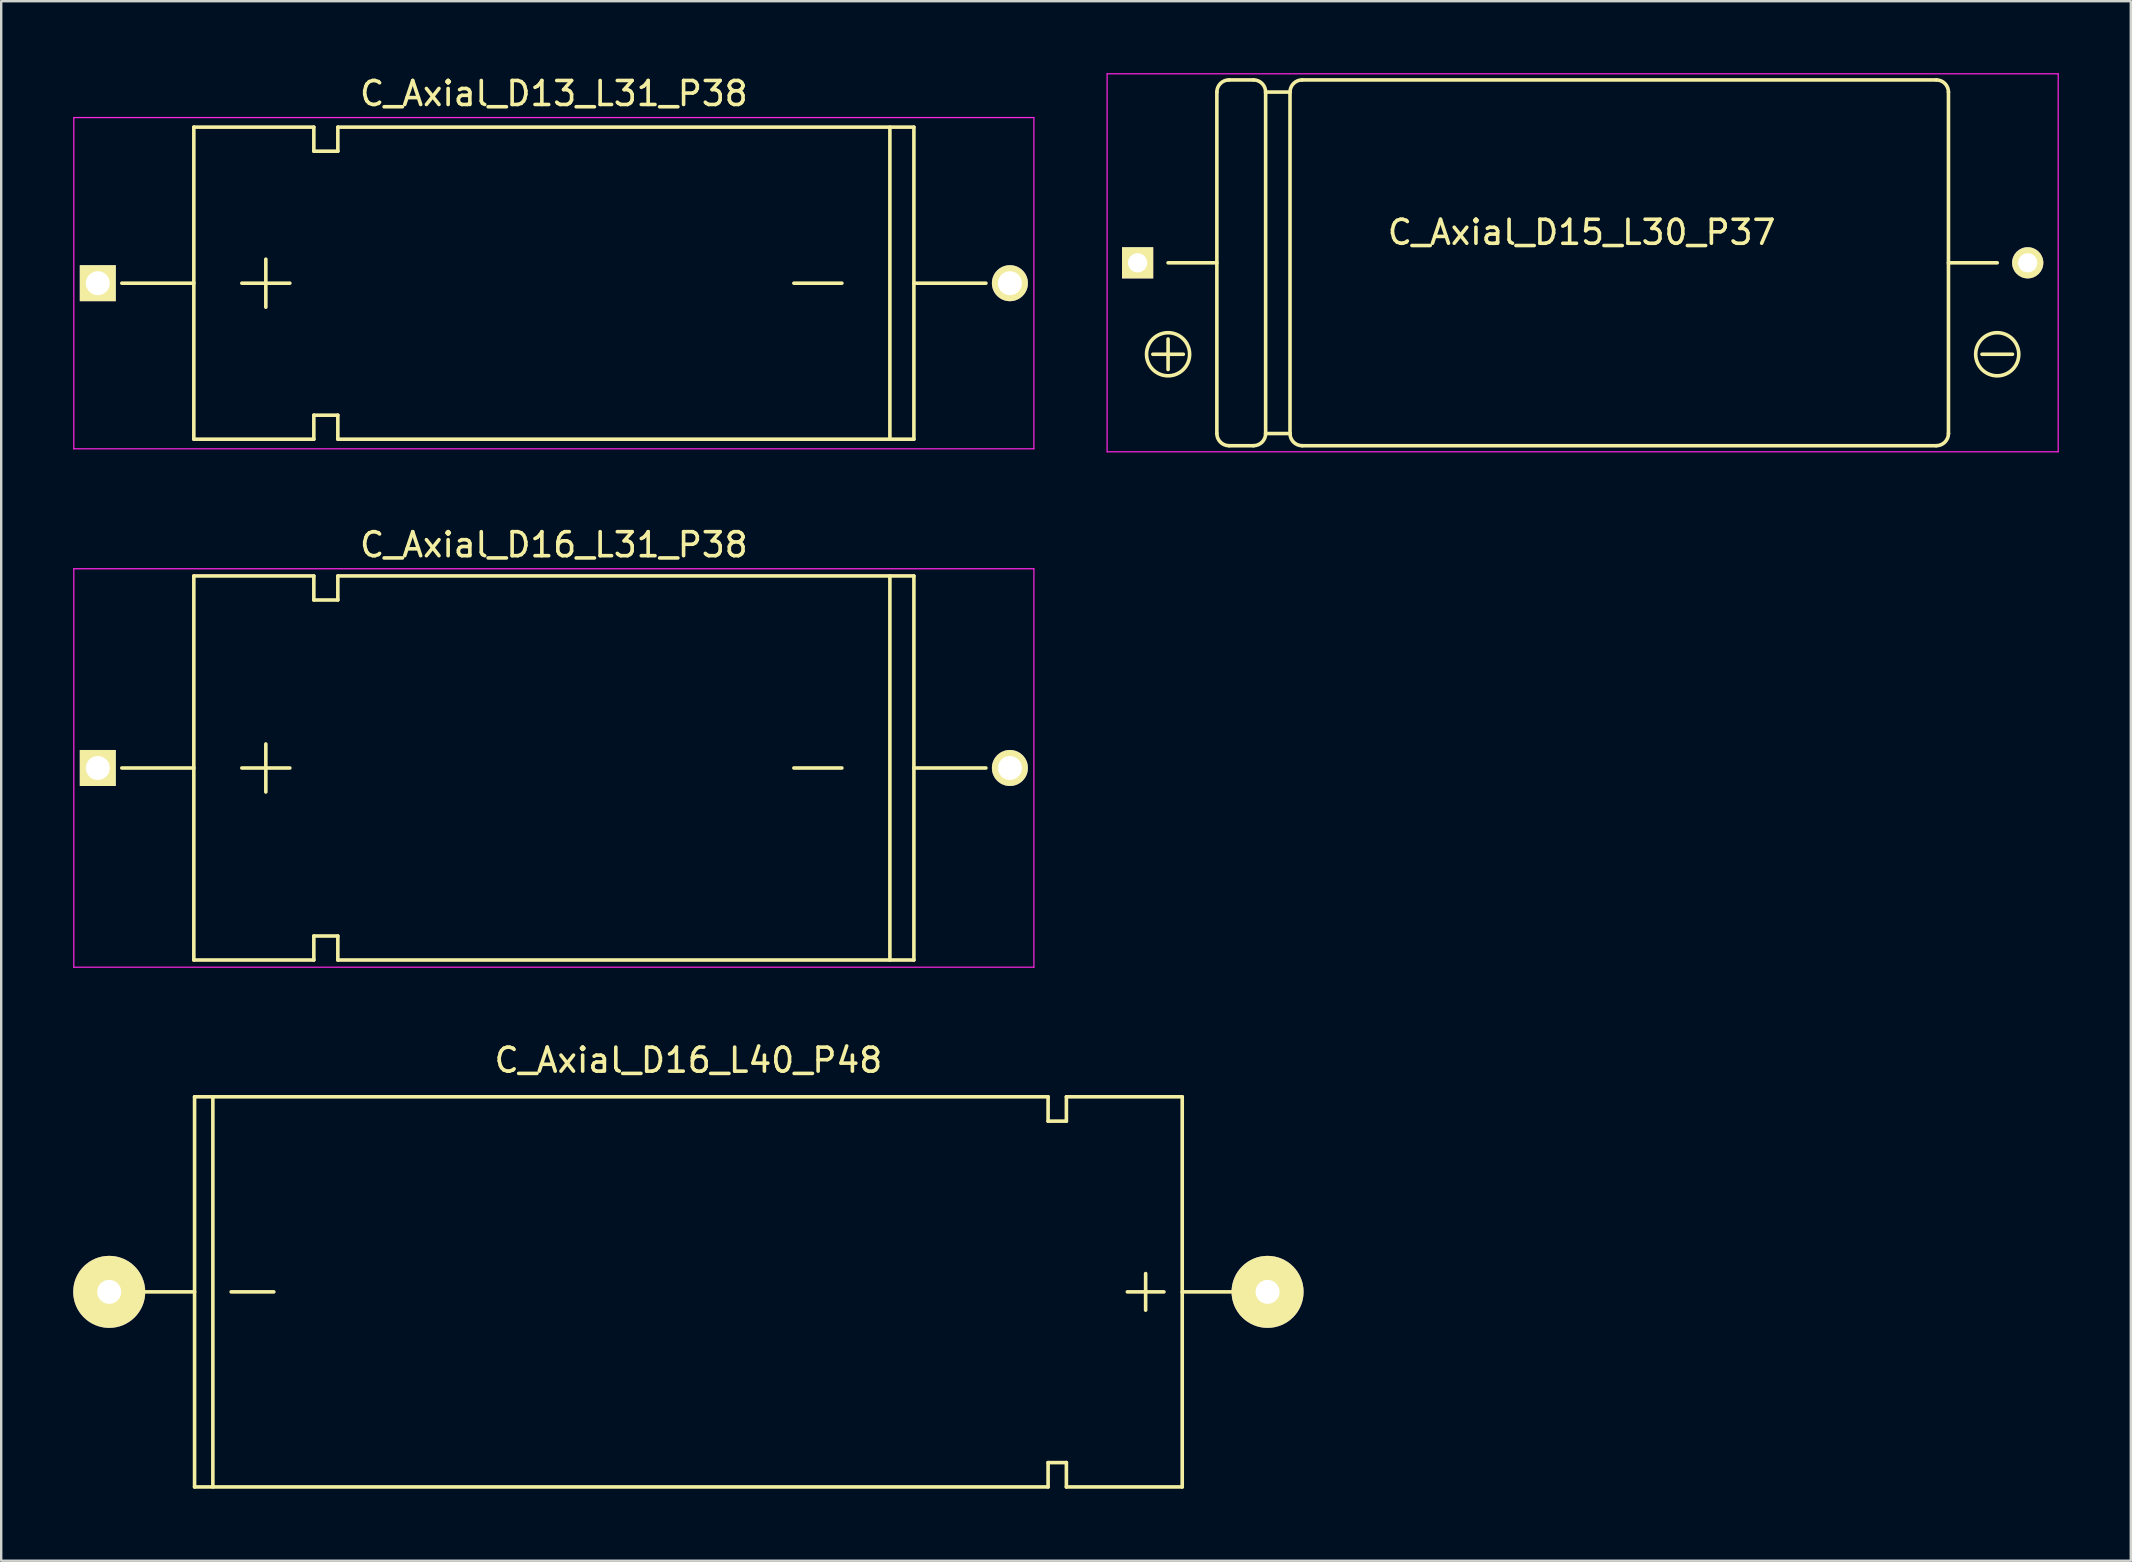
<source format=kicad_pcb>
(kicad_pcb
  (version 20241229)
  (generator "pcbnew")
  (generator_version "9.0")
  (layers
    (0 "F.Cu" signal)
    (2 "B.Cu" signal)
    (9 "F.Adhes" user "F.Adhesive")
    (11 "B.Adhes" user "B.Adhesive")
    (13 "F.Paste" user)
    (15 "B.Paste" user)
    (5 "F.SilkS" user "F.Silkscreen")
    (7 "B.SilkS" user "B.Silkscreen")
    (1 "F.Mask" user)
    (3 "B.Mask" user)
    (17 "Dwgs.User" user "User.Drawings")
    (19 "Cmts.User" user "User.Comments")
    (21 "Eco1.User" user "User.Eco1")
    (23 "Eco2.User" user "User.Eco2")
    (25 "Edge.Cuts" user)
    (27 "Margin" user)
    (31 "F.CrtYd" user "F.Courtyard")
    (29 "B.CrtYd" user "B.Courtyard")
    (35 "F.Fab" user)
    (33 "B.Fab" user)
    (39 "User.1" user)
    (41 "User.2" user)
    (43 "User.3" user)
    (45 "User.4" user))
  (footprint "C_Axial_D16_L31_P38"
    (layer "F.Cu")
    (at 1.025 28.946)
    (property "Reference" "C_Axial_D16_L31_P38" (at 19 -9.3 0) (layer "F.SilkS") (effects (font (size 1 1) (thickness 0.15))))
    (attr through_hole)
    (fp_line (start 4 0) (end 1 0) (stroke (width 0.15) (type solid)) (layer "F.SilkS"))
    (fp_line (start 4 8) (end 4 -8) (stroke (width 0.15) (type solid)) (layer "F.SilkS"))
    (fp_line (start 6 0) (end 8 0) (stroke (width 0.15) (type solid)) (layer "F.SilkS"))
    (fp_line (start 7 1) (end 7 -1) (stroke (width 0.15) (type solid)) (layer "F.SilkS"))
    (fp_line (start 9 -8) (end 4 -8) (stroke (width 0.15) (type solid)) (layer "F.SilkS"))
    (fp_line (start 9 -8) (end 9 -7) (stroke (width 0.15) (type solid)) (layer "F.SilkS"))
    (fp_line (start 9 -7) (end 10 -7) (stroke (width 0.15) (type solid)) (layer "F.SilkS"))
    (fp_line (start 9 7) (end 9 8) (stroke (width 0.15) (type solid)) (layer "F.SilkS"))
    (fp_line (start 9 8) (end 4 8) (stroke (width 0.15) (type solid)) (layer "F.SilkS"))
    (fp_line (start 10 -7) (end 10 -8) (stroke (width 0.15) (type solid)) (layer "F.SilkS"))
    (fp_line (start 10 7) (end 9 7) (stroke (width 0.15) (type solid)) (layer "F.SilkS"))
    (fp_line (start 10 8) (end 10 7) (stroke (width 0.15) (type solid)) (layer "F.SilkS"))
    (fp_line (start 10 8) (end 34 8) (stroke (width 0.15) (type solid)) (layer "F.SilkS"))
    (fp_line (start 29 0) (end 31 0) (stroke (width 0.15) (type solid)) (layer "F.SilkS"))
    (fp_line (start 33 -8) (end 33 8) (stroke (width 0.15) (type solid)) (layer "F.SilkS"))
    (fp_line (start 34 -8) (end 10 -8) (stroke (width 0.15) (type solid)) (layer "F.SilkS"))
    (fp_line (start 34 8) (end 34 -8) (stroke (width 0.15) (type solid)) (layer "F.SilkS"))
    (fp_line (start 37 0) (end 34 0) (stroke (width 0.15) (type solid)) (layer "F.SilkS"))
    (fp_line (start -1 -8.3) (end 39 -8.3) (stroke (width 0.05) (type solid)) (layer "F.CrtYd"))
    (fp_line (start -1 8.3) (end -1 -8.3) (stroke (width 0.05) (type solid)) (layer "F.CrtYd"))
    (fp_line (start 39 -8.3) (end 39 8.3) (stroke (width 0.05) (type solid)) (layer "F.CrtYd"))
    (fp_line (start 39 8.3) (end -1 8.3) (stroke (width 0.05) (type solid)) (layer "F.CrtYd"))
    (pad "1" thru_hole rect (at 0 0) (size 1.5 1.5) (drill 1) (layers "*.Cu" "*.Mask" "F.SilkS"))
    (pad "2" thru_hole circle (at 38 0) (size 1.5 1.5) (drill 1) (layers "*.Cu" "*.Mask" "F.SilkS")))
  (footprint "C_Axial_D16_L40_P48"
    (layer "F.Cu")
    (at 25.63 50.772)
    (property "Reference" "C_Axial_D16_L40_P48" (at 0 -9.652 0) (layer "F.SilkS") (effects (font (size 1 1) (thickness 0.15))))
    (attr through_hole)
    (fp_line (start -20.574 0) (end -24.13 0) (stroke (width 0.15) (type solid)) (layer "F.SilkS"))
    (fp_line (start -20.574 8.128) (end -20.574 -8.128) (stroke (width 0.15) (type solid)) (layer "F.SilkS"))
    (fp_line (start -19.812 -8.128) (end -19.812 8.128) (stroke (width 0.15) (type solid)) (layer "F.SilkS"))
    (fp_line (start -19.05 0) (end -17.272 0) (stroke (width 0.15) (type solid)) (layer "F.SilkS"))
    (fp_line (start 14.986 -8.128) (end -20.574 -8.128) (stroke (width 0.15) (type solid)) (layer "F.SilkS"))
    (fp_line (start 14.986 -8.128) (end 14.986 -7.112) (stroke (width 0.15) (type solid)) (layer "F.SilkS"))
    (fp_line (start 14.986 -7.112) (end 15.748 -7.112) (stroke (width 0.15) (type solid)) (layer "F.SilkS"))
    (fp_line (start 14.986 7.112) (end 14.986 8.128) (stroke (width 0.15) (type solid)) (layer "F.SilkS"))
    (fp_line (start 14.986 8.128) (end -20.574 8.128) (stroke (width 0.15) (type solid)) (layer "F.SilkS"))
    (fp_line (start 15.748 -7.112) (end 15.748 -8.128) (stroke (width 0.15) (type solid)) (layer "F.SilkS"))
    (fp_line (start 15.748 7.112) (end 14.986 7.112) (stroke (width 0.15) (type solid)) (layer "F.SilkS"))
    (fp_line (start 15.748 8.128) (end 15.748 7.112) (stroke (width 0.15) (type solid)) (layer "F.SilkS"))
    (fp_line (start 19.05 0.762) (end 19.05 -0.762) (stroke (width 0.15) (type solid)) (layer "F.SilkS"))
    (fp_line (start 19.812 0) (end 18.288 0) (stroke (width 0.15) (type solid)) (layer "F.SilkS"))
    (fp_line (start 20.574 -8.128) (end 15.748 -8.128) (stroke (width 0.15) (type solid)) (layer "F.SilkS"))
    (fp_line (start 20.574 0) (end 24.13 0) (stroke (width 0.15) (type solid)) (layer "F.SilkS"))
    (fp_line (start 20.574 8.128) (end 15.748 8.128) (stroke (width 0.15) (type solid)) (layer "F.SilkS"))
    (fp_line (start 20.574 8.128) (end 20.574 -8.128) (stroke (width 0.15) (type solid)) (layer "F.SilkS"))
    (pad "1" thru_hole circle (at 24.13 0) (size 3 3) (drill 1.001) (layers "*.Cu" "*.Mask" "F.SilkS"))
    (pad "2" thru_hole circle (at -24.13 0) (size 3 3) (drill 1.001) (layers "*.Cu" "*.Mask" "F.SilkS")))
  (footprint "C_Axial_D13_L31_P38"
    (layer "F.Cu")
    (at 1.025 8.748)
    (property "Reference" "C_Axial_D13_L31_P38" (at 19 -7.9 0) (layer "F.SilkS") (effects (font (size 1 1) (thickness 0.15))))
    (attr through_hole)
    (fp_line (start 4 0) (end 1 0) (stroke (width 0.15) (type solid)) (layer "F.SilkS"))
    (fp_line (start 4 6.5) (end 4 -6.5) (stroke (width 0.15) (type solid)) (layer "F.SilkS"))
    (fp_line (start 6 0) (end 8 0) (stroke (width 0.15) (type solid)) (layer "F.SilkS"))
    (fp_line (start 7 1) (end 7 -1) (stroke (width 0.15) (type solid)) (layer "F.SilkS"))
    (fp_line (start 9 -6.5) (end 4 -6.5) (stroke (width 0.15) (type solid)) (layer "F.SilkS"))
    (fp_line (start 9 -6.5) (end 9 -5.5) (stroke (width 0.15) (type solid)) (layer "F.SilkS"))
    (fp_line (start 9 -5.5) (end 10 -5.5) (stroke (width 0.15) (type solid)) (layer "F.SilkS"))
    (fp_line (start 9 5.5) (end 9 6.5) (stroke (width 0.15) (type solid)) (layer "F.SilkS"))
    (fp_line (start 9 6.5) (end 4 6.5) (stroke (width 0.15) (type solid)) (layer "F.SilkS"))
    (fp_line (start 10 -5.5) (end 10 -6.5) (stroke (width 0.15) (type solid)) (layer "F.SilkS"))
    (fp_line (start 10 5.5) (end 9 5.5) (stroke (width 0.15) (type solid)) (layer "F.SilkS"))
    (fp_line (start 10 6.5) (end 10 5.5) (stroke (width 0.15) (type solid)) (layer "F.SilkS"))
    (fp_line (start 10 6.5) (end 34 6.5) (stroke (width 0.15) (type solid)) (layer "F.SilkS"))
    (fp_line (start 29 0) (end 31 0) (stroke (width 0.15) (type solid)) (layer "F.SilkS"))
    (fp_line (start 33 -6.5) (end 33 6.5) (stroke (width 0.15) (type solid)) (layer "F.SilkS"))
    (fp_line (start 34 -6.5) (end 10 -6.5) (stroke (width 0.15) (type solid)) (layer "F.SilkS"))
    (fp_line (start 34 6.5) (end 34 -6.5) (stroke (width 0.15) (type solid)) (layer "F.SilkS"))
    (fp_line (start 37 0) (end 34 0) (stroke (width 0.15) (type solid)) (layer "F.SilkS"))
    (fp_line (start -1 -6.9) (end 39 -6.9) (stroke (width 0.05) (type solid)) (layer "F.CrtYd"))
    (fp_line (start -1 6.9) (end -1 -6.9) (stroke (width 0.05) (type solid)) (layer "F.CrtYd"))
    (fp_line (start 39 -6.9) (end 39 6.9) (stroke (width 0.05) (type solid)) (layer "F.CrtYd"))
    (fp_line (start 39 6.9) (end -1 6.9) (stroke (width 0.05) (type solid)) (layer "F.CrtYd"))
    (pad "1" thru_hole rect (at 0 0) (size 1.5 1.5) (drill 1) (layers "*.Cu" "*.Mask" "F.SilkS"))
    (pad "2" thru_hole circle (at 38 0) (size 1.5 1.5) (drill 1) (layers "*.Cu" "*.Mask" "F.SilkS")))
  (footprint "C_Axial_D15_L30_P37"
    (layer "F.Cu")
    (at 44.345 7.899)
    (property "Reference" "C_Axial_D15_L30_P37" (at 18.5 -1.27 0) (layer "F.SilkS") (effects (font (size 1 1) (thickness 0.15))))
    (attr through_hole)
    (fp_line (start 0.635 3.81) (end 1.905 3.81) (stroke (width 0.15) (type solid)) (layer "F.SilkS"))
    (fp_line (start 1.27 0) (end 3.302 0) (stroke (width 0.15) (type solid)) (layer "F.SilkS"))
    (fp_line (start 1.27 3.175) (end 1.27 4.445) (stroke (width 0.15) (type solid)) (layer "F.SilkS"))
    (fp_line (start 3.302 -7.112) (end 3.302 7.112) (stroke (width 0.15) (type solid)) (layer "F.SilkS"))
    (fp_line (start 3.81 -7.62) (end 4.826 -7.62) (stroke (width 0.15) (type solid)) (layer "F.SilkS"))
    (fp_line (start 4.826 7.62) (end 3.81 7.62) (stroke (width 0.15) (type solid)) (layer "F.SilkS"))
    (fp_line (start 5.334 -7.112) (end 5.334 7.112) (stroke (width 0.15) (type solid)) (layer "F.SilkS"))
    (fp_line (start 5.334 -7.112) (end 6.35 -7.112) (stroke (width 0.15) (type solid)) (layer "F.SilkS"))
    (fp_line (start 5.334 7.112) (end 6.35 7.112) (stroke (width 0.15) (type solid)) (layer "F.SilkS"))
    (fp_line (start 6.35 -7.112) (end 6.35 7.112) (stroke (width 0.15) (type solid)) (layer "F.SilkS"))
    (fp_line (start 6.858 -7.62) (end 33.274 -7.62) (stroke (width 0.15) (type solid)) (layer "F.SilkS"))
    (fp_line (start 33.274 7.62) (end 6.858 7.62) (stroke (width 0.15) (type solid)) (layer "F.SilkS"))
    (fp_line (start 33.782 -7.112) (end 33.782 7.112) (stroke (width 0.15) (type solid)) (layer "F.SilkS"))
    (fp_line (start 33.782 0) (end 35.814 0) (stroke (width 0.15) (type solid)) (layer "F.SilkS"))
    (fp_line (start 35.179 3.81) (end 36.449 3.81) (stroke (width 0.15) (type solid)) (layer "F.SilkS"))
    (fp_arc (start 3.302 -7.112) (mid 3.45079 -7.47121) (end 3.81 -7.62) (stroke (width 0.15) (type solid)) (layer "F.SilkS"))
    (fp_arc (start 3.81 7.62) (mid 3.45079 7.47121) (end 3.302 7.112) (stroke (width 0.15) (type solid)) (layer "F.SilkS"))
    (fp_arc (start 4.826 -7.62) (mid 5.18521 -7.47121) (end 5.334 -7.112) (stroke (width 0.15) (type solid)) (layer "F.SilkS"))
    (fp_arc (start 5.334 7.112) (mid 5.18521 7.47121) (end 4.826 7.62) (stroke (width 0.15) (type solid)) (layer "F.SilkS"))
    (fp_arc (start 6.35 -7.112) (mid 6.49879 -7.47121) (end 6.858 -7.62) (stroke (width 0.15) (type solid)) (layer "F.SilkS"))
    (fp_arc (start 6.858 7.62) (mid 6.49879 7.47121) (end 6.35 7.112) (stroke (width 0.15) (type solid)) (layer "F.SilkS"))
    (fp_arc (start 33.274 -7.62) (mid 33.63321 -7.47121) (end 33.782 -7.112) (stroke (width 0.15) (type solid)) (layer "F.SilkS"))
    (fp_arc (start 33.782 7.112) (mid 33.63321 7.47121) (end 33.274 7.62) (stroke (width 0.15) (type solid)) (layer "F.SilkS"))
    (fp_circle (center 1.27 3.81) (end 1.905 4.445) (stroke (width 0.15) (type solid)) (fill no) (layer "F.SilkS"))
    (fp_circle (center 35.814 3.81) (end 36.449 4.445) (stroke (width 0.15) (type solid)) (fill no) (layer "F.SilkS"))
    (fp_line (start -1.27 -7.874) (end 38.354 -7.874) (stroke (width 0.05) (type solid)) (layer "F.CrtYd"))
    (fp_line (start -1.27 7.874) (end -1.27 -7.874) (stroke (width 0.05) (type solid)) (layer "F.CrtYd"))
    (fp_line (start 38.354 -7.874) (end 38.354 7.874) (stroke (width 0.05) (type solid)) (layer "F.CrtYd"))
    (fp_line (start 38.354 7.874) (end -1.27 7.874) (stroke (width 0.05) (type solid)) (layer "F.CrtYd"))
    (pad "1" thru_hole rect (at 0 0) (size 1.3 1.3) (drill 0.8) (layers "*.Cu" "*.Mask" "F.SilkS"))
    (pad "2" thru_hole circle (at 37.084 0) (size 1.3 1.3) (drill 0.8) (layers "*.Cu" "*.Mask" "F.SilkS")))
  (gr_rect
    (start -3 -3)
    (end 85.724 61.974)
    (stroke (width 0.1) (type default))
    (fill no)
    (layer "Edge.Cuts")))
</source>
